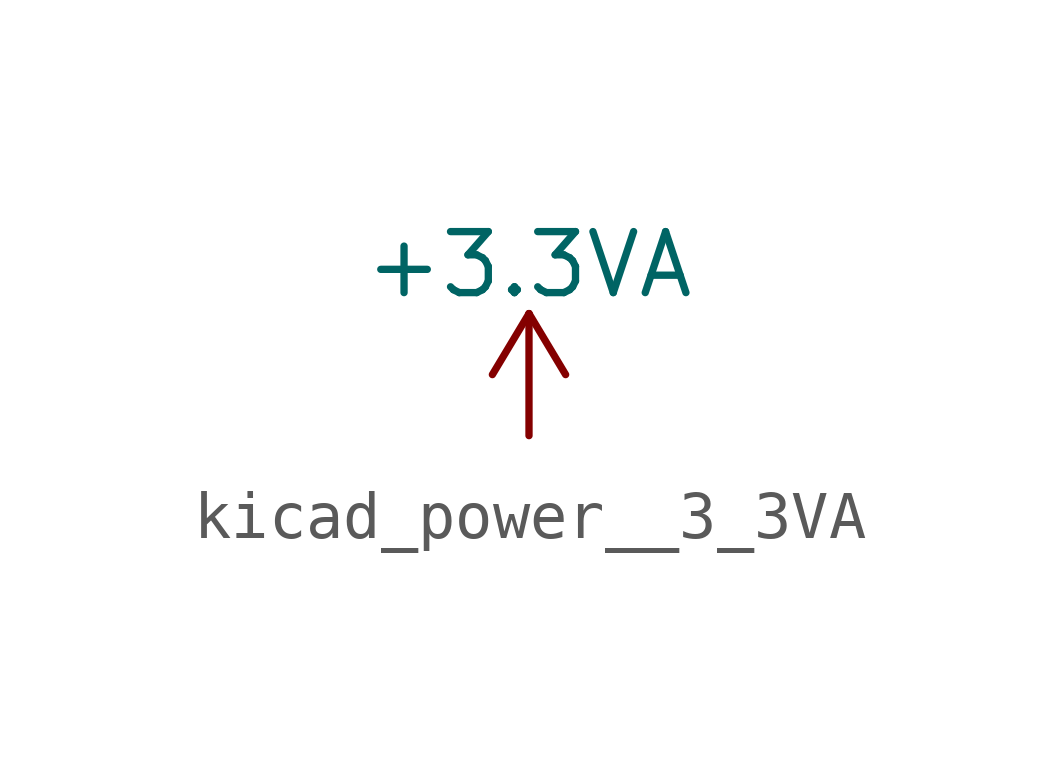
<source format=kicad_sym>
(kicad_symbol_lib
  (version 20220914)
  (generator kicad_symbol_editor)
  (symbol "kicad_power__3_3VA"
    (power)
    (pin_names
      (offset 0))
    (property "Reference" "#PWR"
      (at 0 -3.81 0)
      (effects (font (size 1.27 1.27)) hide))
    (property "Value" "+3.3VA"
      (at 0 3.556 0)
      (effects (font (size 1.27 1.27))))
    (symbol "kicad_power__3_3VA_0_1"
      (polyline (pts (xy -0.762 1.27) (xy 0 2.54)) (stroke (width 0) (type default)) (fill (type none)))
      (polyline (pts (xy 0 0) (xy 0 2.54)) (stroke (width 0) (type default)) (fill (type none)))
      (polyline (pts (xy 0 2.54) (xy 0.762 1.27)) (stroke (width 0) (type default)) (fill (type none))))
    (symbol "kicad_power__3_3VA_1_1"
      (pin power_in line (at 0 0 90) (length 0) hide (name "+3.3VA" (effects (font (size 1.27 1.27)))) (number "1" (effects (font (size 1.27 1.27))))))))
</source>
